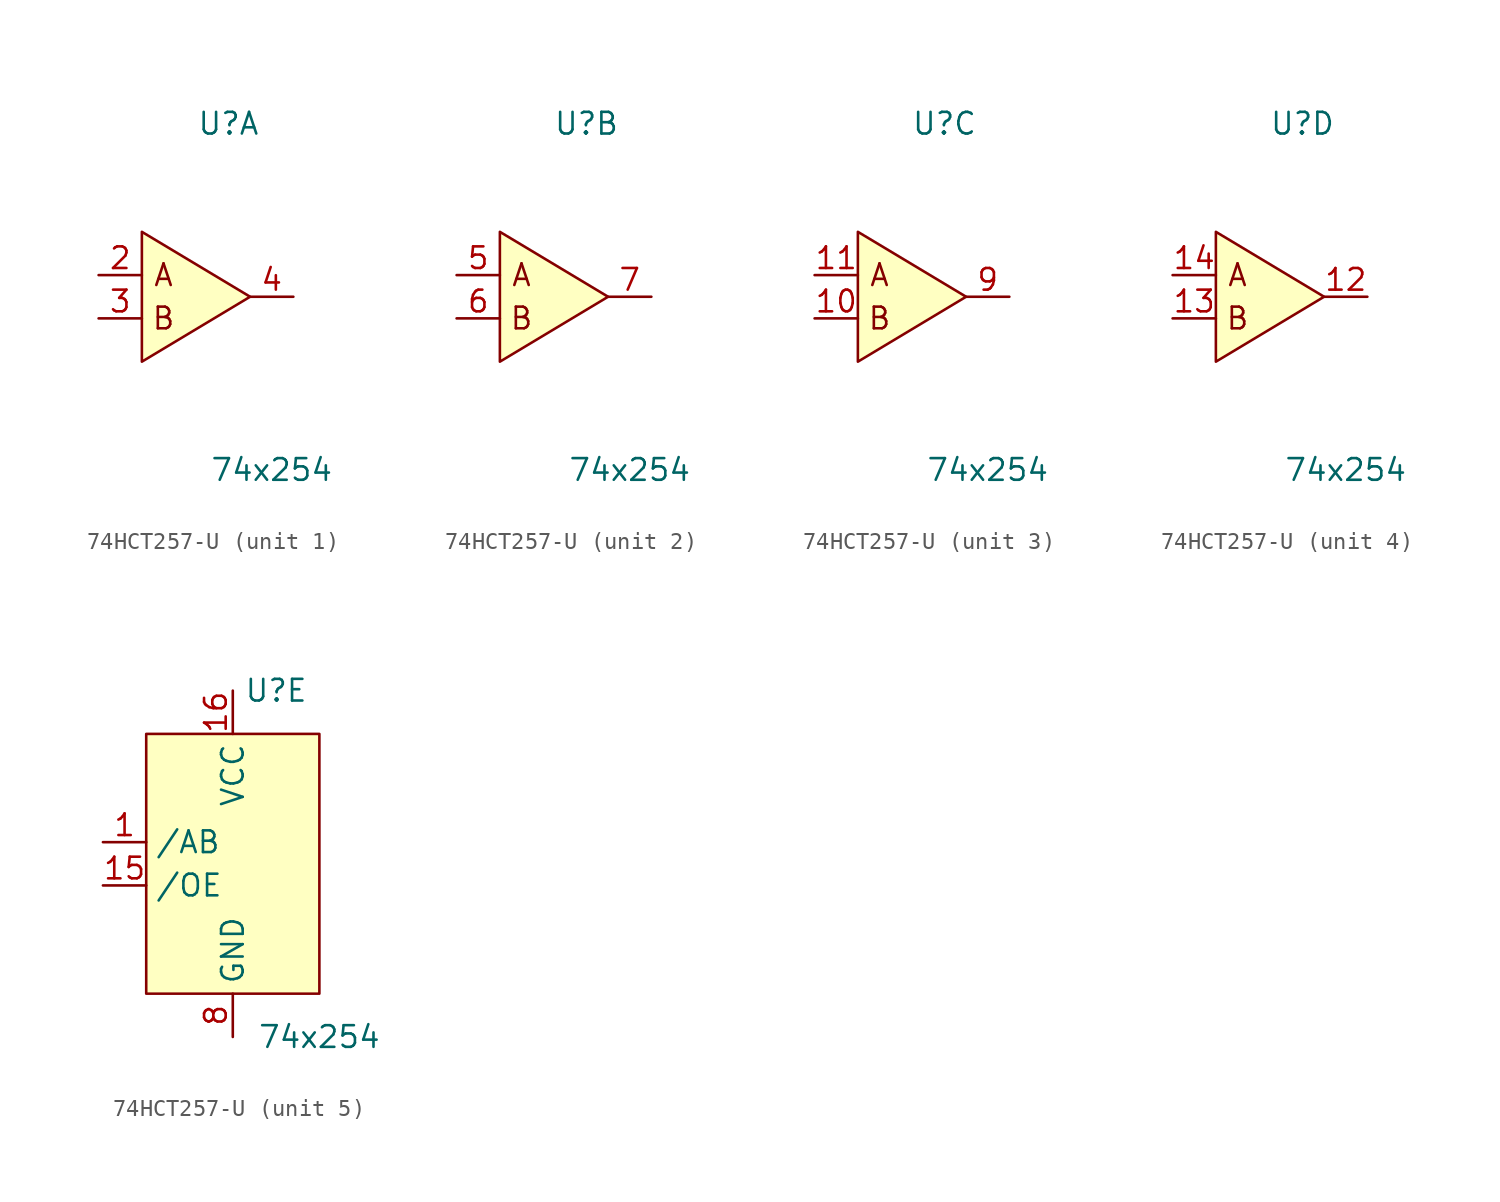
<source format=kicad_sym>
(kicad_symbol_lib
  (version 20231120)
  (generator "kicad_symbol_editor")
  (generator_version "8.0")
  (symbol "74HCT257-U"
    (property "Reference" "U"
      (at 2.54 10.16 0)
      (effects (font (size 1.27 1.27))))
    (property "Value" "74x254"
      (at 5.08 -10.16 0)
      (effects (font (size 1.27 1.27))))
    (property "ki_locked" ""
      (at 0 0 0)
      (effects (font (size 1.27 1.27))))
    (symbol "74HCT257-U_1_0"
      (pin input line (at -5.08 1.27 0) (length 2.54) (name "~" (effects (font (size 1.27 1.27)))) (number "2" (effects (font (size 1.27 1.27)))))
      (pin input line (at -5.08 -1.27 0) (length 2.54) (name "~" (effects (font (size 1.27 1.27)))) (number "3" (effects (font (size 1.27 1.27)))))
      (pin output line (at 6.35 0 180) (length 2.54) (name "~" (effects (font (size 1.27 1.27)))) (number "4" (effects (font (size 1.27 1.27))))))
    (symbol "74HCT257-U_1_1"
      (polyline (pts (xy -2.54 3.81) (xy -2.54 -3.81) (xy 3.81 0) (xy -2.54 3.81)) (stroke (width 0) (type default)) (fill (type background)))
      (text "A" (at -1.27 1.27 0) (effects (font (size 1.27 1.27))))
      (text "B" (at -1.27 -1.27 0) (effects (font (size 1.27 1.27)))))
    (symbol "74HCT257-U_2_0"
      (pin input line (at -5.08 1.27 0) (length 2.54) (name "~" (effects (font (size 1.27 1.27)))) (number "5" (effects (font (size 1.27 1.27)))))
      (pin input line (at -5.08 -1.27 0) (length 2.54) (name "~" (effects (font (size 1.27 1.27)))) (number "6" (effects (font (size 1.27 1.27)))))
      (pin output line (at 6.35 0 180) (length 2.54) (name "~" (effects (font (size 1.27 1.27)))) (number "7" (effects (font (size 1.27 1.27))))))
    (symbol "74HCT257-U_2_1"
      (polyline (pts (xy -2.54 3.81) (xy -2.54 -3.81) (xy 3.81 0) (xy -2.54 3.81)) (stroke (width 0) (type default)) (fill (type background)))
      (text "A" (at -1.27 1.27 0) (effects (font (size 1.27 1.27))))
      (text "B" (at -1.27 -1.27 0) (effects (font (size 1.27 1.27)))))
    (symbol "74HCT257-U_3_0"
      (pin input line (at -5.08 -1.27 0) (length 2.54) (name "~" (effects (font (size 1.27 1.27)))) (number "10" (effects (font (size 1.27 1.27)))))
      (pin input line (at -5.08 1.27 0) (length 2.54) (name "~" (effects (font (size 1.27 1.27)))) (number "11" (effects (font (size 1.27 1.27)))))
      (pin output line (at 6.35 0 180) (length 2.54) (name "~" (effects (font (size 1.27 1.27)))) (number "9" (effects (font (size 1.27 1.27))))))
    (symbol "74HCT257-U_3_1"
      (polyline (pts (xy -2.54 3.81) (xy -2.54 -3.81) (xy 3.81 0) (xy -2.54 3.81)) (stroke (width 0) (type default)) (fill (type background)))
      (text "A" (at -1.27 1.27 0) (effects (font (size 1.27 1.27))))
      (text "B" (at -1.27 -1.27 0) (effects (font (size 1.27 1.27)))))
    (symbol "74HCT257-U_4_0"
      (pin output line (at 6.35 0 180) (length 2.54) (name "~" (effects (font (size 1.27 1.27)))) (number "12" (effects (font (size 1.27 1.27)))))
      (pin input line (at -5.08 -1.27 0) (length 2.54) (name "~" (effects (font (size 1.27 1.27)))) (number "13" (effects (font (size 1.27 1.27)))))
      (pin input line (at -5.08 1.27 0) (length 2.54) (name "~" (effects (font (size 1.27 1.27)))) (number "14" (effects (font (size 1.27 1.27))))))
    (symbol "74HCT257-U_4_1"
      (polyline (pts (xy -2.54 3.81) (xy -2.54 -3.81) (xy 3.81 0) (xy -2.54 3.81)) (stroke (width 0) (type default)) (fill (type background)))
      (text "A" (at -1.27 1.27 0) (effects (font (size 1.27 1.27))))
      (text "B" (at -1.27 -1.27 0) (effects (font (size 1.27 1.27)))))
    (symbol "74HCT257-U_5_0"
      (pin unspecified line (at -7.62 1.27 0) (length 2.54) (name "/AB" (effects (font (size 1.27 1.27)))) (number "1" (effects (font (size 1.27 1.27)))))
      (pin input line (at -7.62 -1.27 0) (length 2.54) (name "/OE" (effects (font (size 1.27 1.27)))) (number "15" (effects (font (size 1.27 1.27)))))
      (pin power_out line (at 0 10.16 270) (length 2.54) (name "VCC" (effects (font (size 1.27 1.27)))) (number "16" (effects (font (size 1.27 1.27)))))
      (pin power_in line (at 0 -10.16 90) (length 2.54) (name "GND" (effects (font (size 1.27 1.27)))) (number "8" (effects (font (size 1.27 1.27))))))
    (symbol "74HCT257-U_5_1"
      (rectangle (start -5.08 7.62) (end 5.08 -7.62) (stroke (width 0) (type default)) (fill (type background))))))
</source>
